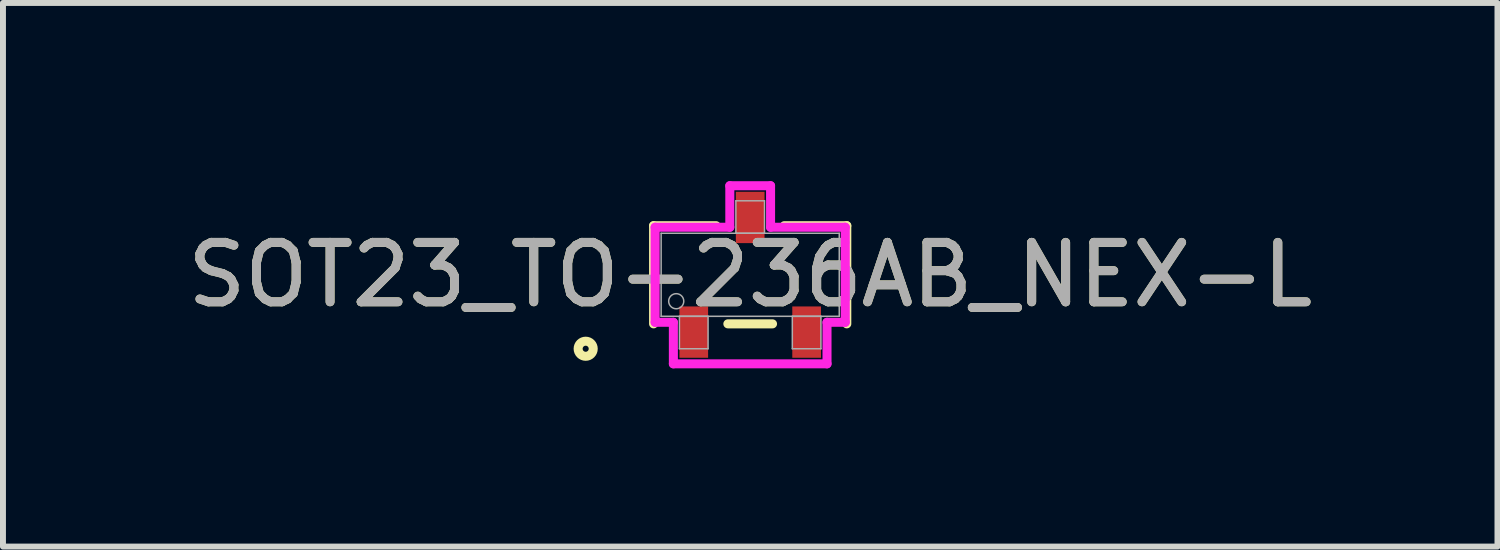
<source format=kicad_pcb>
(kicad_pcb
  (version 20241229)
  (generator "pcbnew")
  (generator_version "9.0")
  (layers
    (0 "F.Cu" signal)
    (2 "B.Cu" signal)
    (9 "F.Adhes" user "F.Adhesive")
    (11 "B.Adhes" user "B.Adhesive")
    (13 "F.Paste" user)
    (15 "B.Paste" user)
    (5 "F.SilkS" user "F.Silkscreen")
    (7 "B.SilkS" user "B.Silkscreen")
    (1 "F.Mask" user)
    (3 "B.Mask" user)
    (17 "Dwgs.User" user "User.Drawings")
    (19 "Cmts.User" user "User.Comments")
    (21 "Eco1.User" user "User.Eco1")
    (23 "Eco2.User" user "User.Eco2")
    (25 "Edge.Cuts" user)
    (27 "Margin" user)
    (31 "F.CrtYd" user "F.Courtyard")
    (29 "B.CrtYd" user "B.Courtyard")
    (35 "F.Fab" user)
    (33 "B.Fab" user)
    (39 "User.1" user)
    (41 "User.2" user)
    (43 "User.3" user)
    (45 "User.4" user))
  (footprint "SOT23_TO-236AB_NEX-L"
    (layer "F.Cu")
    (at 9.577 1.575)
    (property "Reference" "SOT23_TO-236AB_NEX-L" (at 0 0 0) (unlocked yes) (layer "F.SilkS") (effects (font (size 1 1) (thickness 0.15))))
    (attr smd)
    (fp_line (start -1.626 -0.826) (end -1.626 0.826) (stroke (width 0.152) (type solid)) (layer "F.SilkS"))
    (fp_line (start -0.574 -0.826) (end -1.626 -0.826) (stroke (width 0.152) (type solid)) (layer "F.SilkS"))
    (fp_line (start -0.376 0.826) (end 0.376 0.826) (stroke (width 0.152) (type solid)) (layer "F.SilkS"))
    (fp_line (start 1.626 -0.826) (end 0.574 -0.826) (stroke (width 0.152) (type solid)) (layer "F.SilkS"))
    (fp_line (start 1.626 0.826) (end 1.626 -0.826) (stroke (width 0.152) (type solid)) (layer "F.SilkS"))
    (fp_circle (center -2.769 1.245) (end -2.642 1.245) (stroke (width 0.152) (type solid)) (fill no) (layer "F.SilkS"))
    (fp_line (start -1.6 -0.8) (end -0.343 -0.8) (stroke (width 0.152) (type solid)) (layer "F.CrtYd"))
    (fp_line (start -1.6 0.8) (end -1.6 -0.8) (stroke (width 0.152) (type solid)) (layer "F.CrtYd"))
    (fp_line (start -1.6 0.8) (end -1.293 0.8) (stroke (width 0.152) (type solid)) (layer "F.CrtYd"))
    (fp_line (start -1.293 0.8) (end -1.293 1.499) (stroke (width 0.152) (type solid)) (layer "F.CrtYd"))
    (fp_line (start -1.293 1.499) (end 1.293 1.499) (stroke (width 0.152) (type solid)) (layer "F.CrtYd"))
    (fp_line (start -0.343 -1.499) (end 0.343 -1.499) (stroke (width 0.152) (type solid)) (layer "F.CrtYd"))
    (fp_line (start -0.343 -0.8) (end -0.343 -1.499) (stroke (width 0.152) (type solid)) (layer "F.CrtYd"))
    (fp_line (start 0.343 -0.8) (end 0.343 -1.499) (stroke (width 0.152) (type solid)) (layer "F.CrtYd"))
    (fp_line (start 1.293 0.8) (end 1.293 1.499) (stroke (width 0.152) (type solid)) (layer "F.CrtYd"))
    (fp_line (start 1.6 -0.8) (end 0.343 -0.8) (stroke (width 0.152) (type solid)) (layer "F.CrtYd"))
    (fp_line (start 1.6 -0.8) (end 1.6 0.8) (stroke (width 0.152) (type solid)) (layer "F.CrtYd"))
    (fp_line (start 1.6 0.8) (end 1.293 0.8) (stroke (width 0.152) (type solid)) (layer "F.CrtYd"))
    (fp_line (start -1.499 -0.699) (end -1.499 0.699) (stroke (width 0.025) (type solid)) (layer "F.Fab"))
    (fp_line (start -1.499 0.699) (end 1.499 0.699) (stroke (width 0.025) (type solid)) (layer "F.Fab"))
    (fp_line (start -1.191 0.699) (end -1.191 1.245) (stroke (width 0.025) (type solid)) (layer "F.Fab"))
    (fp_line (start -1.191 1.245) (end -0.709 1.245) (stroke (width 0.025) (type solid)) (layer "F.Fab"))
    (fp_line (start -0.709 0.699) (end -1.191 0.699) (stroke (width 0.025) (type solid)) (layer "F.Fab"))
    (fp_line (start -0.709 1.245) (end -0.709 0.699) (stroke (width 0.025) (type solid)) (layer "F.Fab"))
    (fp_line (start -0.241 -1.245) (end -0.241 -0.699) (stroke (width 0.025) (type solid)) (layer "F.Fab"))
    (fp_line (start -0.241 -0.699) (end 0.241 -0.699) (stroke (width 0.025) (type solid)) (layer "F.Fab"))
    (fp_line (start 0.241 -1.245) (end -0.241 -1.245) (stroke (width 0.025) (type solid)) (layer "F.Fab"))
    (fp_line (start 0.241 -0.699) (end 0.241 -1.245) (stroke (width 0.025) (type solid)) (layer "F.Fab"))
    (fp_line (start 0.709 0.699) (end 0.709 1.245) (stroke (width 0.025) (type solid)) (layer "F.Fab"))
    (fp_line (start 0.709 1.245) (end 1.191 1.245) (stroke (width 0.025) (type solid)) (layer "F.Fab"))
    (fp_line (start 1.191 0.699) (end 0.709 0.699) (stroke (width 0.025) (type solid)) (layer "F.Fab"))
    (fp_line (start 1.191 1.245) (end 1.191 0.699) (stroke (width 0.025) (type solid)) (layer "F.Fab"))
    (fp_line (start 1.499 -0.699) (end -1.499 -0.699) (stroke (width 0.025) (type solid)) (layer "F.Fab"))
    (fp_line (start 1.499 0.699) (end 1.499 -0.699) (stroke (width 0.025) (type solid)) (layer "F.Fab"))
    (fp_circle (center -1.245 0.445) (end -1.118 0.445) (stroke (width 0.025) (type solid)) (fill no) (layer "F.Fab"))
    (fp_text user "${REFERENCE}" (at 0 0 0) (unlocked yes) (layer "F.Fab") (effects (font (size 1 1) (thickness 0.15))))
    (pad "1" smd rect (at -0.95 0.965) (size 0.483 0.864) (layers "F.Cu" "F.Mask" "F.Paste"))
    (pad "2" smd rect (at 0.95 0.965) (size 0.483 0.864) (layers "F.Cu" "F.Mask" "F.Paste"))
    (pad "3" smd rect (at 0 -0.965) (size 0.483 0.864) (layers "F.Cu" "F.Mask" "F.Paste")))
  (gr_rect
    (start -3 -3)
    (end 22.155 6.15)
    (stroke (width 0.1) (type default))
    (fill no)
    (layer "Edge.Cuts")))
</source>
